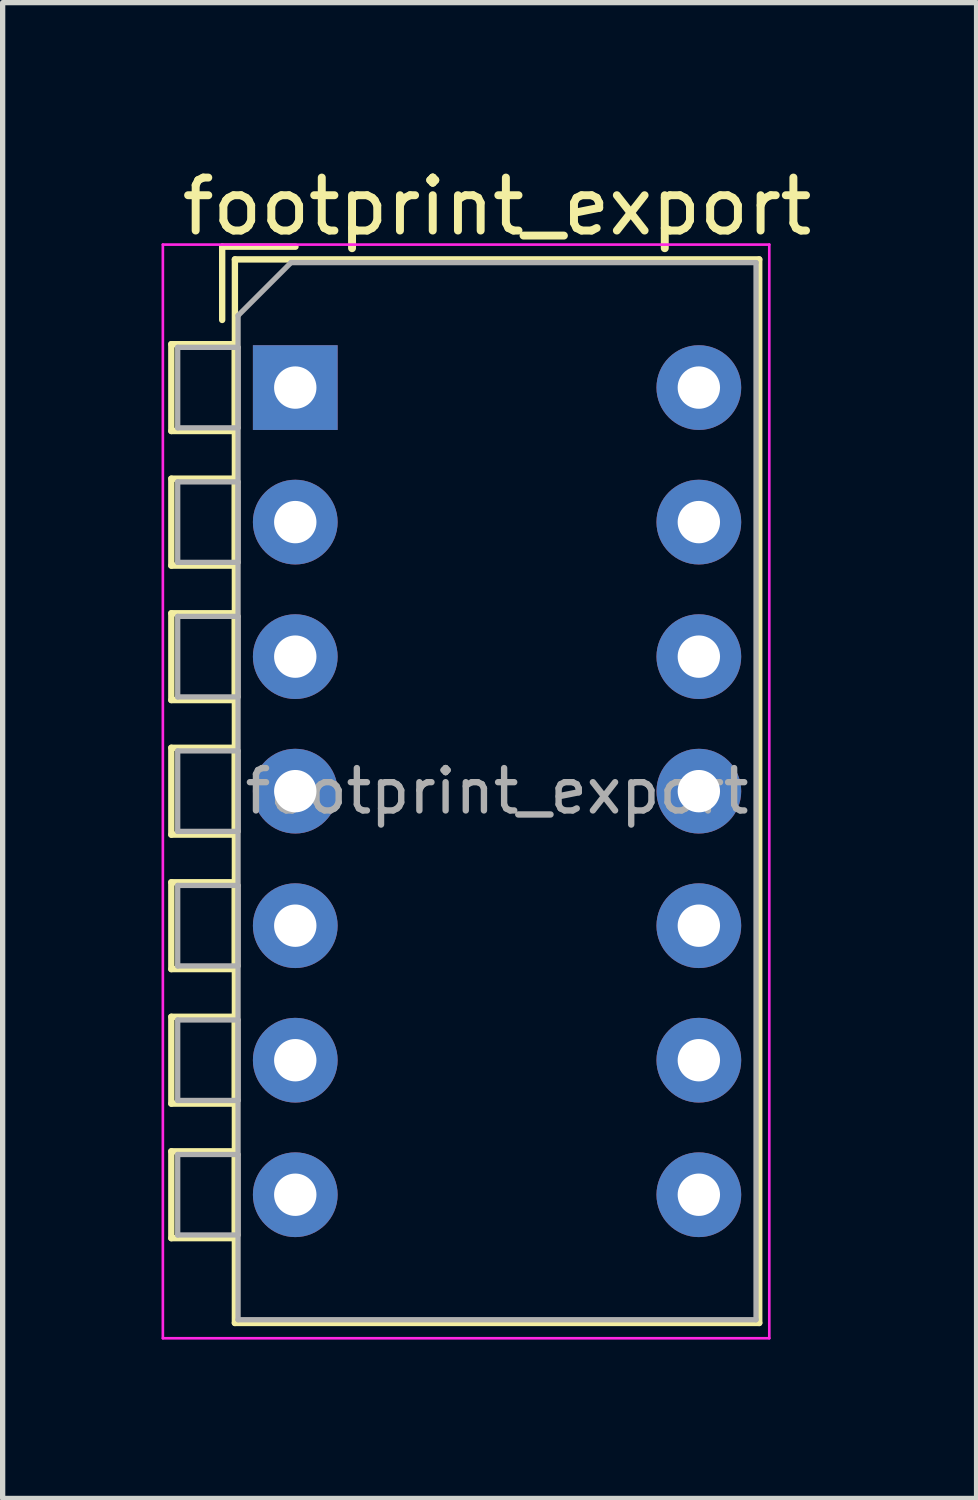
<source format=kicad_pcb>
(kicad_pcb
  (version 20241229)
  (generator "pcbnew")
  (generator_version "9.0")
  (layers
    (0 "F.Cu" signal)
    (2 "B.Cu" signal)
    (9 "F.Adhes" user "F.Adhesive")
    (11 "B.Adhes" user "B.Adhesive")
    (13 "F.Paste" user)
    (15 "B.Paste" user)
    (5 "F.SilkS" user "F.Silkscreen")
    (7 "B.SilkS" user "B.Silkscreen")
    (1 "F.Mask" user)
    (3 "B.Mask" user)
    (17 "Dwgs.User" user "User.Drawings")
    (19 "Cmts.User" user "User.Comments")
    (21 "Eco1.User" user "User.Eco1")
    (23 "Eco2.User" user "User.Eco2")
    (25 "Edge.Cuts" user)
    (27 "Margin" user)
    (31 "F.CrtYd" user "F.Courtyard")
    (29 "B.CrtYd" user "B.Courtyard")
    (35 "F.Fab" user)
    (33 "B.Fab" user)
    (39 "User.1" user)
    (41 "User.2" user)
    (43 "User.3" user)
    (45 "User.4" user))
  (footprint "footprint_export"
    (layer "F.Cu")
    (at 2.525 4.268)
    (property "Reference" "footprint_export" (at 3.81 -3.42 0) (layer "F.SilkS") (effects (font (size 1 1) (thickness 0.15))))
    (attr through_hole)
    (fp_line (start -2.34 -0.82) (end -2.34 0.82) (stroke (width 0.12) (type solid)) (layer "F.SilkS"))
    (fp_line (start -2.34 -0.82) (end -1.14 -0.82) (stroke (width 0.12) (type solid)) (layer "F.SilkS"))
    (fp_line (start -2.34 0.82) (end -1.14 0.82) (stroke (width 0.12) (type solid)) (layer "F.SilkS"))
    (fp_line (start -2.34 1.72) (end -2.34 3.361) (stroke (width 0.12) (type solid)) (layer "F.SilkS"))
    (fp_line (start -2.34 1.72) (end -1.14 1.72) (stroke (width 0.12) (type solid)) (layer "F.SilkS"))
    (fp_line (start -2.34 3.361) (end -1.14 3.361) (stroke (width 0.12) (type solid)) (layer "F.SilkS"))
    (fp_line (start -2.34 4.261) (end -2.34 5.9) (stroke (width 0.12) (type solid)) (layer "F.SilkS"))
    (fp_line (start -2.34 4.261) (end -1.14 4.261) (stroke (width 0.12) (type solid)) (layer "F.SilkS"))
    (fp_line (start -2.34 5.9) (end -1.14 5.9) (stroke (width 0.12) (type solid)) (layer "F.SilkS"))
    (fp_line (start -2.34 6.801) (end -2.34 8.441) (stroke (width 0.12) (type solid)) (layer "F.SilkS"))
    (fp_line (start -2.34 6.801) (end -1.14 6.801) (stroke (width 0.12) (type solid)) (layer "F.SilkS"))
    (fp_line (start -2.34 8.441) (end -1.14 8.441) (stroke (width 0.12) (type solid)) (layer "F.SilkS"))
    (fp_line (start -2.34 9.34) (end -2.34 10.98) (stroke (width 0.12) (type solid)) (layer "F.SilkS"))
    (fp_line (start -2.34 9.34) (end -1.14 9.34) (stroke (width 0.12) (type solid)) (layer "F.SilkS"))
    (fp_line (start -2.34 10.98) (end -1.14 10.98) (stroke (width 0.12) (type solid)) (layer "F.SilkS"))
    (fp_line (start -2.34 11.88) (end -2.34 13.52) (stroke (width 0.12) (type solid)) (layer "F.SilkS"))
    (fp_line (start -2.34 11.88) (end -1.14 11.88) (stroke (width 0.12) (type solid)) (layer "F.SilkS"))
    (fp_line (start -2.34 13.52) (end -1.14 13.52) (stroke (width 0.12) (type solid)) (layer "F.SilkS"))
    (fp_line (start -2.34 14.42) (end -2.34 16.06) (stroke (width 0.12) (type solid)) (layer "F.SilkS"))
    (fp_line (start -2.34 14.42) (end -1.14 14.42) (stroke (width 0.12) (type solid)) (layer "F.SilkS"))
    (fp_line (start -2.34 16.06) (end -1.14 16.06) (stroke (width 0.12) (type solid)) (layer "F.SilkS"))
    (fp_line (start -1.38 -2.66) (end -1.38 -1.277) (stroke (width 0.12) (type solid)) (layer "F.SilkS"))
    (fp_line (start -1.38 -2.66) (end 0.004 -2.66) (stroke (width 0.12) (type solid)) (layer "F.SilkS"))
    (fp_line (start -1.14 -2.42) (end -1.14 17.661) (stroke (width 0.12) (type solid)) (layer "F.SilkS"))
    (fp_line (start -1.14 -2.42) (end 8.76 -2.42) (stroke (width 0.12) (type solid)) (layer "F.SilkS"))
    (fp_line (start -1.14 -0.82) (end -1.14 0.82) (stroke (width 0.12) (type solid)) (layer "F.SilkS"))
    (fp_line (start -1.14 1.72) (end -1.14 3.361) (stroke (width 0.12) (type solid)) (layer "F.SilkS"))
    (fp_line (start -1.14 4.261) (end -1.14 5.9) (stroke (width 0.12) (type solid)) (layer "F.SilkS"))
    (fp_line (start -1.14 6.801) (end -1.14 8.441) (stroke (width 0.12) (type solid)) (layer "F.SilkS"))
    (fp_line (start -1.14 9.34) (end -1.14 10.98) (stroke (width 0.12) (type solid)) (layer "F.SilkS"))
    (fp_line (start -1.14 11.88) (end -1.14 13.52) (stroke (width 0.12) (type solid)) (layer "F.SilkS"))
    (fp_line (start -1.14 14.42) (end -1.14 16.06) (stroke (width 0.12) (type solid)) (layer "F.SilkS"))
    (fp_line (start -1.14 17.661) (end 8.76 17.661) (stroke (width 0.12) (type solid)) (layer "F.SilkS"))
    (fp_line (start 8.76 -2.42) (end 8.76 17.661) (stroke (width 0.12) (type solid)) (layer "F.SilkS"))
    (fp_line (start -2.5 -2.7) (end -2.5 17.95) (stroke (width 0.05) (type solid)) (layer "F.CrtYd"))
    (fp_line (start -2.5 17.95) (end 8.95 17.95) (stroke (width 0.05) (type solid)) (layer "F.CrtYd"))
    (fp_line (start 8.95 -2.7) (end -2.5 -2.7) (stroke (width 0.05) (type solid)) (layer "F.CrtYd"))
    (fp_line (start 8.95 17.95) (end 8.95 -2.7) (stroke (width 0.05) (type solid)) (layer "F.CrtYd"))
    (fp_line (start -2.22 -0.76) (end -1.08 -0.76) (stroke (width 0.1) (type solid)) (layer "F.Fab"))
    (fp_line (start -2.22 0.76) (end -2.22 -0.76) (stroke (width 0.1) (type solid)) (layer "F.Fab"))
    (fp_line (start -2.22 1.78) (end -1.08 1.78) (stroke (width 0.1) (type solid)) (layer "F.Fab"))
    (fp_line (start -2.22 3.3) (end -2.22 1.78) (stroke (width 0.1) (type solid)) (layer "F.Fab"))
    (fp_line (start -2.22 4.32) (end -1.08 4.32) (stroke (width 0.1) (type solid)) (layer "F.Fab"))
    (fp_line (start -2.22 5.84) (end -2.22 4.32) (stroke (width 0.1) (type solid)) (layer "F.Fab"))
    (fp_line (start -2.22 6.86) (end -1.08 6.86) (stroke (width 0.1) (type solid)) (layer "F.Fab"))
    (fp_line (start -2.22 8.38) (end -2.22 6.86) (stroke (width 0.1) (type solid)) (layer "F.Fab"))
    (fp_line (start -2.22 9.4) (end -1.08 9.4) (stroke (width 0.1) (type solid)) (layer "F.Fab"))
    (fp_line (start -2.22 10.92) (end -2.22 9.4) (stroke (width 0.1) (type solid)) (layer "F.Fab"))
    (fp_line (start -2.22 11.94) (end -1.08 11.94) (stroke (width 0.1) (type solid)) (layer "F.Fab"))
    (fp_line (start -2.22 13.46) (end -2.22 11.94) (stroke (width 0.1) (type solid)) (layer "F.Fab"))
    (fp_line (start -2.22 14.48) (end -1.08 14.48) (stroke (width 0.1) (type solid)) (layer "F.Fab"))
    (fp_line (start -2.22 16) (end -2.22 14.48) (stroke (width 0.1) (type solid)) (layer "F.Fab"))
    (fp_line (start -1.08 -1.36) (end -0.08 -2.36) (stroke (width 0.1) (type solid)) (layer "F.Fab"))
    (fp_line (start -1.08 -0.76) (end -1.08 0.76) (stroke (width 0.1) (type solid)) (layer "F.Fab"))
    (fp_line (start -1.08 0.76) (end -2.22 0.76) (stroke (width 0.1) (type solid)) (layer "F.Fab"))
    (fp_line (start -1.08 1.78) (end -1.08 3.3) (stroke (width 0.1) (type solid)) (layer "F.Fab"))
    (fp_line (start -1.08 3.3) (end -2.22 3.3) (stroke (width 0.1) (type solid)) (layer "F.Fab"))
    (fp_line (start -1.08 4.32) (end -1.08 5.84) (stroke (width 0.1) (type solid)) (layer "F.Fab"))
    (fp_line (start -1.08 5.84) (end -2.22 5.84) (stroke (width 0.1) (type solid)) (layer "F.Fab"))
    (fp_line (start -1.08 6.86) (end -1.08 8.38) (stroke (width 0.1) (type solid)) (layer "F.Fab"))
    (fp_line (start -1.08 8.38) (end -2.22 8.38) (stroke (width 0.1) (type solid)) (layer "F.Fab"))
    (fp_line (start -1.08 9.4) (end -1.08 10.92) (stroke (width 0.1) (type solid)) (layer "F.Fab"))
    (fp_line (start -1.08 10.92) (end -2.22 10.92) (stroke (width 0.1) (type solid)) (layer "F.Fab"))
    (fp_line (start -1.08 11.94) (end -1.08 13.46) (stroke (width 0.1) (type solid)) (layer "F.Fab"))
    (fp_line (start -1.08 13.46) (end -2.22 13.46) (stroke (width 0.1) (type solid)) (layer "F.Fab"))
    (fp_line (start -1.08 14.48) (end -1.08 16) (stroke (width 0.1) (type solid)) (layer "F.Fab"))
    (fp_line (start -1.08 16) (end -2.22 16) (stroke (width 0.1) (type solid)) (layer "F.Fab"))
    (fp_line (start -1.08 17.6) (end -1.08 -1.36) (stroke (width 0.1) (type solid)) (layer "F.Fab"))
    (fp_line (start -0.08 -2.36) (end 8.7 -2.36) (stroke (width 0.1) (type solid)) (layer "F.Fab"))
    (fp_line (start 8.7 -2.36) (end 8.7 17.6) (stroke (width 0.1) (type solid)) (layer "F.Fab"))
    (fp_line (start 8.7 17.6) (end -1.08 17.6) (stroke (width 0.1) (type solid)) (layer "F.Fab"))
    (fp_text user "${REFERENCE}" (at 3.81 7.62 0) (layer "F.Fab") (effects (font (size 0.8 0.8) (thickness 0.12))))
    (pad "1" thru_hole rect (at 0 0) (size 1.6 1.6) (drill 0.8) (layers "*.Cu" "*.Mask"))
    (pad "2" thru_hole oval (at 0 2.54) (size 1.6 1.6) (drill 0.8) (layers "*.Cu" "*.Mask"))
    (pad "3" thru_hole oval (at 0 5.08) (size 1.6 1.6) (drill 0.8) (layers "*.Cu" "*.Mask"))
    (pad "4" thru_hole oval (at 0 7.62) (size 1.6 1.6) (drill 0.8) (layers "*.Cu" "*.Mask"))
    (pad "5" thru_hole oval (at 0 10.16) (size 1.6 1.6) (drill 0.8) (layers "*.Cu" "*.Mask"))
    (pad "6" thru_hole oval (at 0 12.7) (size 1.6 1.6) (drill 0.8) (layers "*.Cu" "*.Mask"))
    (pad "7" thru_hole oval (at 0 15.24) (size 1.6 1.6) (drill 0.8) (layers "*.Cu" "*.Mask"))
    (pad "8" thru_hole oval (at 7.62 15.24) (size 1.6 1.6) (drill 0.8) (layers "*.Cu" "*.Mask"))
    (pad "9" thru_hole oval (at 7.62 12.7) (size 1.6 1.6) (drill 0.8) (layers "*.Cu" "*.Mask"))
    (pad "10" thru_hole oval (at 7.62 10.16) (size 1.6 1.6) (drill 0.8) (layers "*.Cu" "*.Mask"))
    (pad "11" thru_hole oval (at 7.62 7.62) (size 1.6 1.6) (drill 0.8) (layers "*.Cu" "*.Mask"))
    (pad "12" thru_hole oval (at 7.62 5.08) (size 1.6 1.6) (drill 0.8) (layers "*.Cu" "*.Mask"))
    (pad "13" thru_hole oval (at 7.62 2.54) (size 1.6 1.6) (drill 0.8) (layers "*.Cu" "*.Mask"))
    (pad "14" thru_hole oval (at 7.62 0) (size 1.6 1.6) (drill 0.8) (layers "*.Cu" "*.Mask")))
  (gr_rect
    (start -3 -3)
    (end 15.389 25.243)
    (stroke (width 0.1) (type default))
    (fill no)
    (layer "Edge.Cuts")))
</source>
